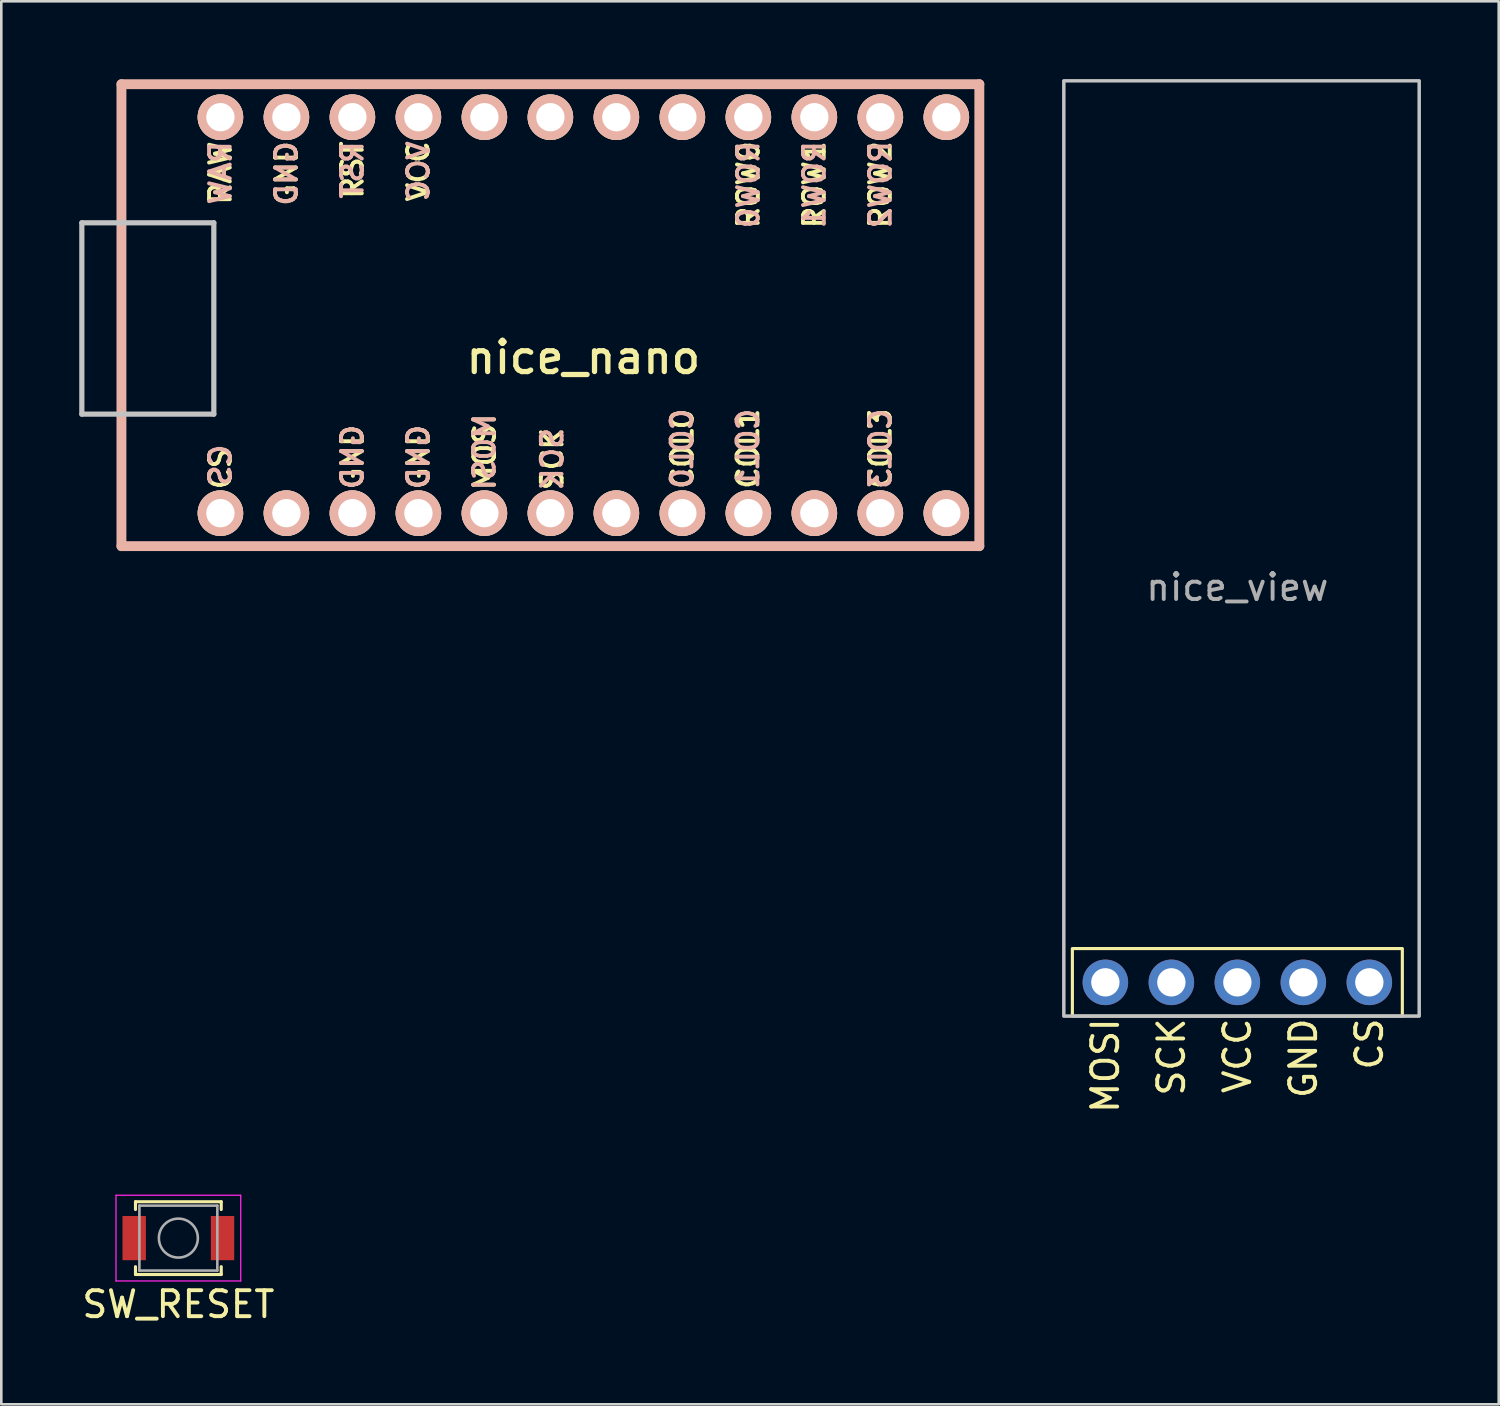
<source format=kicad_pcb>
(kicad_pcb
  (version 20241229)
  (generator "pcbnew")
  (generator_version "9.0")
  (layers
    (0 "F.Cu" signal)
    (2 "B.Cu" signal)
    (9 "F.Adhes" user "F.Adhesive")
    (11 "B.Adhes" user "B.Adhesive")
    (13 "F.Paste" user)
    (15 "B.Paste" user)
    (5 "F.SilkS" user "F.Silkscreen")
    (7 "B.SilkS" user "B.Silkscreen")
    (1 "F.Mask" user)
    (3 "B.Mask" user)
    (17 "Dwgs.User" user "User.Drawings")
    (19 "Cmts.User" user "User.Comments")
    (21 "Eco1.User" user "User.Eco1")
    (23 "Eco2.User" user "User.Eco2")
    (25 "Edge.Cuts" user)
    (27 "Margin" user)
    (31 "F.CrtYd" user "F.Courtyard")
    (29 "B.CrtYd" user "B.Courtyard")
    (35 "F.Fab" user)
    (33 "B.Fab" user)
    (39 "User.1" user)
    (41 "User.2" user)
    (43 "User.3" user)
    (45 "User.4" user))
  (footprint "SW_RESET"
    (layer "F.Cu")
    (at 3.815 44.604)
    (property "Reference" "SW_RESET" (at 0 2.55 0) (layer "F.SilkS") (effects (font (size 1 1) (thickness 0.15))))
    (attr smd)
    (fp_line (start -1.65 -1.4) (end 1.65 -1.4) (stroke (width 0.12) (type solid)) (layer "F.SilkS"))
    (fp_line (start -1.65 -1.1) (end -1.65 -1.4) (stroke (width 0.12) (type solid)) (layer "F.SilkS"))
    (fp_line (start -1.65 1.1) (end -1.65 1.4) (stroke (width 0.12) (type solid)) (layer "F.SilkS"))
    (fp_line (start -1.65 1.4) (end 1.65 1.4) (stroke (width 0.12) (type solid)) (layer "F.SilkS"))
    (fp_line (start 1.65 -1.4) (end 1.65 -1.1) (stroke (width 0.12) (type solid)) (layer "F.SilkS"))
    (fp_line (start 1.65 1.4) (end 1.65 1.1) (stroke (width 0.12) (type solid)) (layer "F.SilkS"))
    (fp_line (start -2.4 -1.65) (end -2.4 1.65) (stroke (width 0.05) (type solid)) (layer "F.CrtYd"))
    (fp_line (start -2.4 1.65) (end 2.4 1.65) (stroke (width 0.05) (type solid)) (layer "F.CrtYd"))
    (fp_line (start 2.4 -1.65) (end -2.4 -1.65) (stroke (width 0.05) (type solid)) (layer "F.CrtYd"))
    (fp_line (start 2.4 1.65) (end 2.4 -1.65) (stroke (width 0.05) (type solid)) (layer "F.CrtYd"))
    (fp_line (start -1.5 -1.25) (end 1.5 -1.25) (stroke (width 0.1) (type solid)) (layer "F.Fab"))
    (fp_line (start -1.5 1.25) (end -1.5 -1.25) (stroke (width 0.1) (type solid)) (layer "F.Fab"))
    (fp_line (start 1.5 -1.25) (end 1.5 1.25) (stroke (width 0.1) (type solid)) (layer "F.Fab"))
    (fp_line (start 1.5 1.25) (end -1.5 1.25) (stroke (width 0.1) (type solid)) (layer "F.Fab"))
    (fp_circle (center 0 0) (end 0.75 0) (stroke (width 0.1) (type solid)) (fill no) (layer "F.Fab"))
    (pad "1" smd rect (at -1.7 0) (size 0.9 1.7) (layers "F.Cu" "F.Mask" "F.Paste"))
    (pad "2" smd rect (at 1.7 0) (size 0.9 1.7) (layers "F.Cu" "F.Mask" "F.Paste")))
  (footprint "nice_view"
    (layer "F.Cu")
    (at 44.575 18.28)
    (property "Reference" "nice_view" (at 0 1.27 0) (unlocked yes) (layer "F.Fab") (effects (font (size 1 1) (thickness 0.15))))
    (attr through_hole)
    (fp_rect (start -6.35 15.18) (end 6.35 17.78) (stroke (width 0.12) (type solid)) (fill no) (layer "F.SilkS"))
    (fp_rect (start 7 17.78) (end -6.68 -18.22) (stroke (width 0.12) (type solid)) (fill no) (layer "Dwgs.User"))
    (fp_rect (start 7 17.78) (end -6.68 -18.22) (stroke (width 0.12) (type solid)) (fill no) (layer "F.Fab"))
    (fp_text user "GND" (at 2.54 17.78 90) (unlocked yes) (layer "F.SilkS") (effects (font (size 1 1) (thickness 0.15)) (justify right)))
    (fp_text user "MOSI" (at -5.08 17.78 90) (unlocked yes) (layer "F.SilkS") (effects (font (size 1 1) (thickness 0.15)) (justify right)))
    (fp_text user "CS" (at 5.08 17.78 90) (unlocked yes) (layer "F.SilkS") (effects (font (size 1 1) (thickness 0.15)) (justify right)))
    (fp_text user "SCK" (at -2.54 17.78 90) (unlocked yes) (layer "F.SilkS") (effects (font (size 1 1) (thickness 0.15)) (justify right)))
    (fp_text user "VCC" (at 0 17.78 90) (unlocked yes) (layer "F.SilkS") (effects (font (size 1 1) (thickness 0.15)) (justify right)))
    (pad "1" thru_hole circle (at -5.08 16.48) (size 1.753 1.753) (drill 1.092) (layers "*.Cu" "*.Mask"))
    (pad "2" thru_hole circle (at -2.54 16.48) (size 1.753 1.753) (drill 1.092) (layers "*.Cu" "*.Mask"))
    (pad "3" thru_hole circle (at 0 16.48) (size 1.753 1.753) (drill 1.092) (layers "*.Cu" "*.Mask"))
    (pad "4" thru_hole circle (at 2.54 16.48) (size 1.753 1.753) (drill 1.092) (layers "*.Cu" "*.Mask"))
    (pad "5" thru_hole circle (at 5.08 16.48) (size 1.753 1.753) (drill 1.092) (layers "*.Cu" "*.Mask")))
  (footprint "nice_nano"
    (layer "F.Cu")
    (at 19.404 9.081)
    (property "Reference" "nice_nano" (at 0 1.625 180) (layer "F.SilkS") (effects (font (size 1.2 1.2) (thickness 0.203))))
    (attr through_hole)
    (fp_line (start -17.78 -8.89) (end -17.78 8.89) (stroke (width 0.381) (type solid)) (layer "B.SilkS"))
    (fp_line (start -17.78 8.89) (end 15.24 8.89) (stroke (width 0.381) (type solid)) (layer "B.SilkS"))
    (fp_line (start 15.24 -8.89) (end -17.78 -8.89) (stroke (width 0.381) (type solid)) (layer "B.SilkS"))
    (fp_line (start 15.24 8.89) (end 15.24 -8.89) (stroke (width 0.381) (type solid)) (layer "B.SilkS"))
    (fp_line (start -19.304 -3.556) (end -14.224 -3.556) (stroke (width 0.2) (type solid)) (layer "Dwgs.User"))
    (fp_line (start -19.304 3.81) (end -19.304 -3.556) (stroke (width 0.2) (type solid)) (layer "Dwgs.User"))
    (fp_line (start -14.224 -3.556) (end -14.224 3.81) (stroke (width 0.2) (type solid)) (layer "Dwgs.User"))
    (fp_line (start -14.224 3.81) (end -19.304 3.81) (stroke (width 0.2) (type solid)) (layer "Dwgs.User"))
    (fp_text user "SCK" (at -1.2 5.537 90) (layer "F.SilkS") (effects (font (size 0.8 0.8) (thickness 0.15))))
    (fp_text user "RAW" (at -13.97 -5.474 90) (layer "F.SilkS") (effects (font (size 0.8 0.8) (thickness 0.15))))
    (fp_text user "GND" (at -6.35 5.461 90) (layer "F.SilkS") (effects (font (size 0.8 0.8) (thickness 0.15))))
    (fp_text user "ROW0" (at 6.35 -5.02 90) (layer "F.SilkS") (effects (font (size 0.8 0.8) (thickness 0.15))))
    (fp_text user "MOSI" (at -3.8 5.267 90) (layer "F.SilkS") (effects (font (size 0.8 0.8) (thickness 0.15))))
    (fp_text user "GND" (at -11.43 -5.455 90) (layer "F.SilkS") (effects (font (size 0.8 0.8) (thickness 0.15))))
    (fp_text user "VCC" (at -6.35 -5.537 90) (layer "F.SilkS") (effects (font (size 0.8 0.8) (thickness 0.15))))
    (fp_text user "ROW2" (at 11.43 -5.02 90) (layer "F.SilkS") (effects (font (size 0.8 0.8) (thickness 0.15))))
    (fp_text user "ROW1" (at 8.89 -5.02 90) (layer "F.SilkS") (effects (font (size 0.8 0.8) (thickness 0.15))))
    (fp_text user "GND" (at -8.89 5.461 90) (layer "F.SilkS") (effects (font (size 0.8 0.8) (thickness 0.15))))
    (fp_text user "RST" (at -8.89 -5.588 90) (layer "F.SilkS") (effects (font (size 0.8 0.8) (thickness 0.15))))
    (fp_text user "COL1" (at 6.335 5.14 90) (layer "F.SilkS") (effects (font (size 0.8 0.8) (thickness 0.15))))
    (fp_text user "COL0" (at 3.81 5.14 90) (layer "F.SilkS") (effects (font (size 0.8 0.8) (thickness 0.15))))
    (fp_text user "CS" (at -13.97 5.902 90) (layer "F.SilkS") (effects (font (size 0.8 0.8) (thickness 0.15))))
    (fp_text user "COL3" (at 11.43 5.14 90) (layer "F.SilkS") (effects (font (size 0.8 0.8) (thickness 0.15))))
    (fp_text user "COL0" (at 3.795 5.14 90) (layer "B.SilkS") (effects (font (size 0.8 0.8) (thickness 0.15)) (justify mirror)))
    (fp_text user "GND" (at -6.35 5.461 90) (layer "B.SilkS") (effects (font (size 0.8 0.8) (thickness 0.15)) (justify mirror)))
    (fp_text user "COL1" (at 6.335 5.14 90) (layer "B.SilkS") (effects (font (size 0.8 0.8) (thickness 0.15)) (justify mirror)))
    (fp_text user "VCC" (at -6.35 -5.537 90) (layer "B.SilkS") (effects (font (size 0.8 0.8) (thickness 0.15)) (justify mirror)))
    (fp_text user "ROW1" (at 8.89 -5.02 90) (layer "B.SilkS") (effects (font (size 0.8 0.8) (thickness 0.15)) (justify mirror)))
    (fp_text user "RAW" (at -13.97 -5.474 90) (layer "B.SilkS") (effects (font (size 0.8 0.8) (thickness 0.15)) (justify mirror)))
    (fp_text user "RST" (at -8.89 -5.588 90) (layer "B.SilkS") (effects (font (size 0.8 0.8) (thickness 0.15)) (justify mirror)))
    (fp_text user "GND" (at -11.43 -5.455 90) (layer "B.SilkS") (effects (font (size 0.8 0.8) (thickness 0.15)) (justify mirror)))
    (fp_text user "ROW2" (at 11.43 -5.02 90) (layer "B.SilkS") (effects (font (size 0.8 0.8) (thickness 0.15)) (justify mirror)))
    (fp_text user "MOSI" (at -3.81 5.267 90) (layer "B.SilkS") (effects (font (size 0.8 0.8) (thickness 0.15)) (justify mirror)))
    (fp_text user "ROW0" (at 6.35 -5.02 90) (layer "B.SilkS") (effects (font (size 0.8 0.8) (thickness 0.15)) (justify mirror)))
    (fp_text user "CS" (at -13.97 5.775 90) (layer "B.SilkS") (effects (font (size 0.8 0.8) (thickness 0.15)) (justify mirror)))
    (fp_text user "COL3" (at 11.43 5.14 90) (layer "B.SilkS") (effects (font (size 0.8 0.8) (thickness 0.15)) (justify mirror)))
    (fp_text user "GND" (at -8.89 5.461 90) (layer "B.SilkS") (effects (font (size 0.8 0.8) (thickness 0.15)) (justify mirror)))
    (fp_text user "SCK" (at -1.2 5.537 90) (layer "B.SilkS") (effects (font (size 0.8 0.8) (thickness 0.15)) (justify mirror)))
    (pad "1" thru_hole circle (at -13.97 7.62) (size 1.753 1.753) (drill 1.092) (layers "*.Cu" "*.SilkS" "*.Mask"))
    (pad "2" thru_hole circle (at -11.43 7.62) (size 1.753 1.753) (drill 1.092) (layers "*.Cu" "*.SilkS" "*.Mask"))
    (pad "3" thru_hole circle (at -8.89 7.62) (size 1.753 1.753) (drill 1.092) (layers "*.Cu" "*.SilkS" "*.Mask"))
    (pad "4" thru_hole circle (at -6.35 7.62) (size 1.753 1.753) (drill 1.092) (layers "*.Cu" "*.SilkS" "*.Mask"))
    (pad "5" thru_hole circle (at -3.81 7.62) (size 1.753 1.753) (drill 1.092) (layers "*.Cu" "*.SilkS" "*.Mask"))
    (pad "6" thru_hole circle (at -1.27 7.62) (size 1.753 1.753) (drill 1.092) (layers "*.Cu" "*.SilkS" "*.Mask"))
    (pad "7" thru_hole circle (at 1.27 7.62) (size 1.753 1.753) (drill 1.092) (layers "*.Cu" "*.SilkS" "*.Mask"))
    (pad "8" thru_hole circle (at 3.81 7.62) (size 1.753 1.753) (drill 1.092) (layers "*.Cu" "*.SilkS" "*.Mask"))
    (pad "9" thru_hole circle (at 6.35 7.62) (size 1.753 1.753) (drill 1.092) (layers "*.Cu" "*.SilkS" "*.Mask"))
    (pad "10" thru_hole circle (at 8.89 7.62) (size 1.753 1.753) (drill 1.092) (layers "*.Cu" "*.SilkS" "*.Mask"))
    (pad "11" thru_hole circle (at 11.43 7.62) (size 1.753 1.753) (drill 1.092) (layers "*.Cu" "*.SilkS" "*.Mask"))
    (pad "12" thru_hole circle (at 13.97 7.62) (size 1.753 1.753) (drill 1.092) (layers "*.Cu" "*.SilkS" "*.Mask"))
    (pad "13" thru_hole circle (at 13.97 -7.62) (size 1.753 1.753) (drill 1.092) (layers "*.Cu" "*.SilkS" "*.Mask"))
    (pad "14" thru_hole circle (at 11.43 -7.62) (size 1.753 1.753) (drill 1.092) (layers "*.Cu" "*.SilkS" "*.Mask"))
    (pad "15" thru_hole circle (at 8.89 -7.62) (size 1.753 1.753) (drill 1.092) (layers "*.Cu" "*.SilkS" "*.Mask"))
    (pad "16" thru_hole circle (at 6.35 -7.62) (size 1.753 1.753) (drill 1.092) (layers "*.Cu" "*.SilkS" "*.Mask"))
    (pad "17" thru_hole circle (at 3.81 -7.62) (size 1.753 1.753) (drill 1.092) (layers "*.Cu" "*.SilkS" "*.Mask"))
    (pad "18" thru_hole circle (at 1.27 -7.62) (size 1.753 1.753) (drill 1.092) (layers "*.Cu" "*.SilkS" "*.Mask"))
    (pad "19" thru_hole circle (at -1.27 -7.62) (size 1.753 1.753) (drill 1.092) (layers "*.Cu" "*.SilkS" "*.Mask"))
    (pad "20" thru_hole circle (at -3.81 -7.62) (size 1.753 1.753) (drill 1.092) (layers "*.Cu" "*.SilkS" "*.Mask"))
    (pad "21" thru_hole circle (at -6.35 -7.62) (size 1.753 1.753) (drill 1.092) (layers "*.Cu" "*.SilkS" "*.Mask"))
    (pad "22" thru_hole circle (at -8.89 -7.62) (size 1.753 1.753) (drill 1.092) (layers "*.Cu" "*.SilkS" "*.Mask"))
    (pad "23" thru_hole circle (at -11.43 -7.62) (size 1.753 1.753) (drill 1.092) (layers "*.Cu" "*.SilkS" "*.Mask"))
    (pad "24" thru_hole circle (at -13.97 -7.62) (size 1.753 1.753) (drill 1.092) (layers "*.Cu" "*.SilkS" "*.Mask")))
  (gr_rect
    (start -3 -3)
    (end 54.635 51.002)
    (stroke (width 0.1) (type default))
    (fill no)
    (layer "Edge.Cuts")))
</source>
